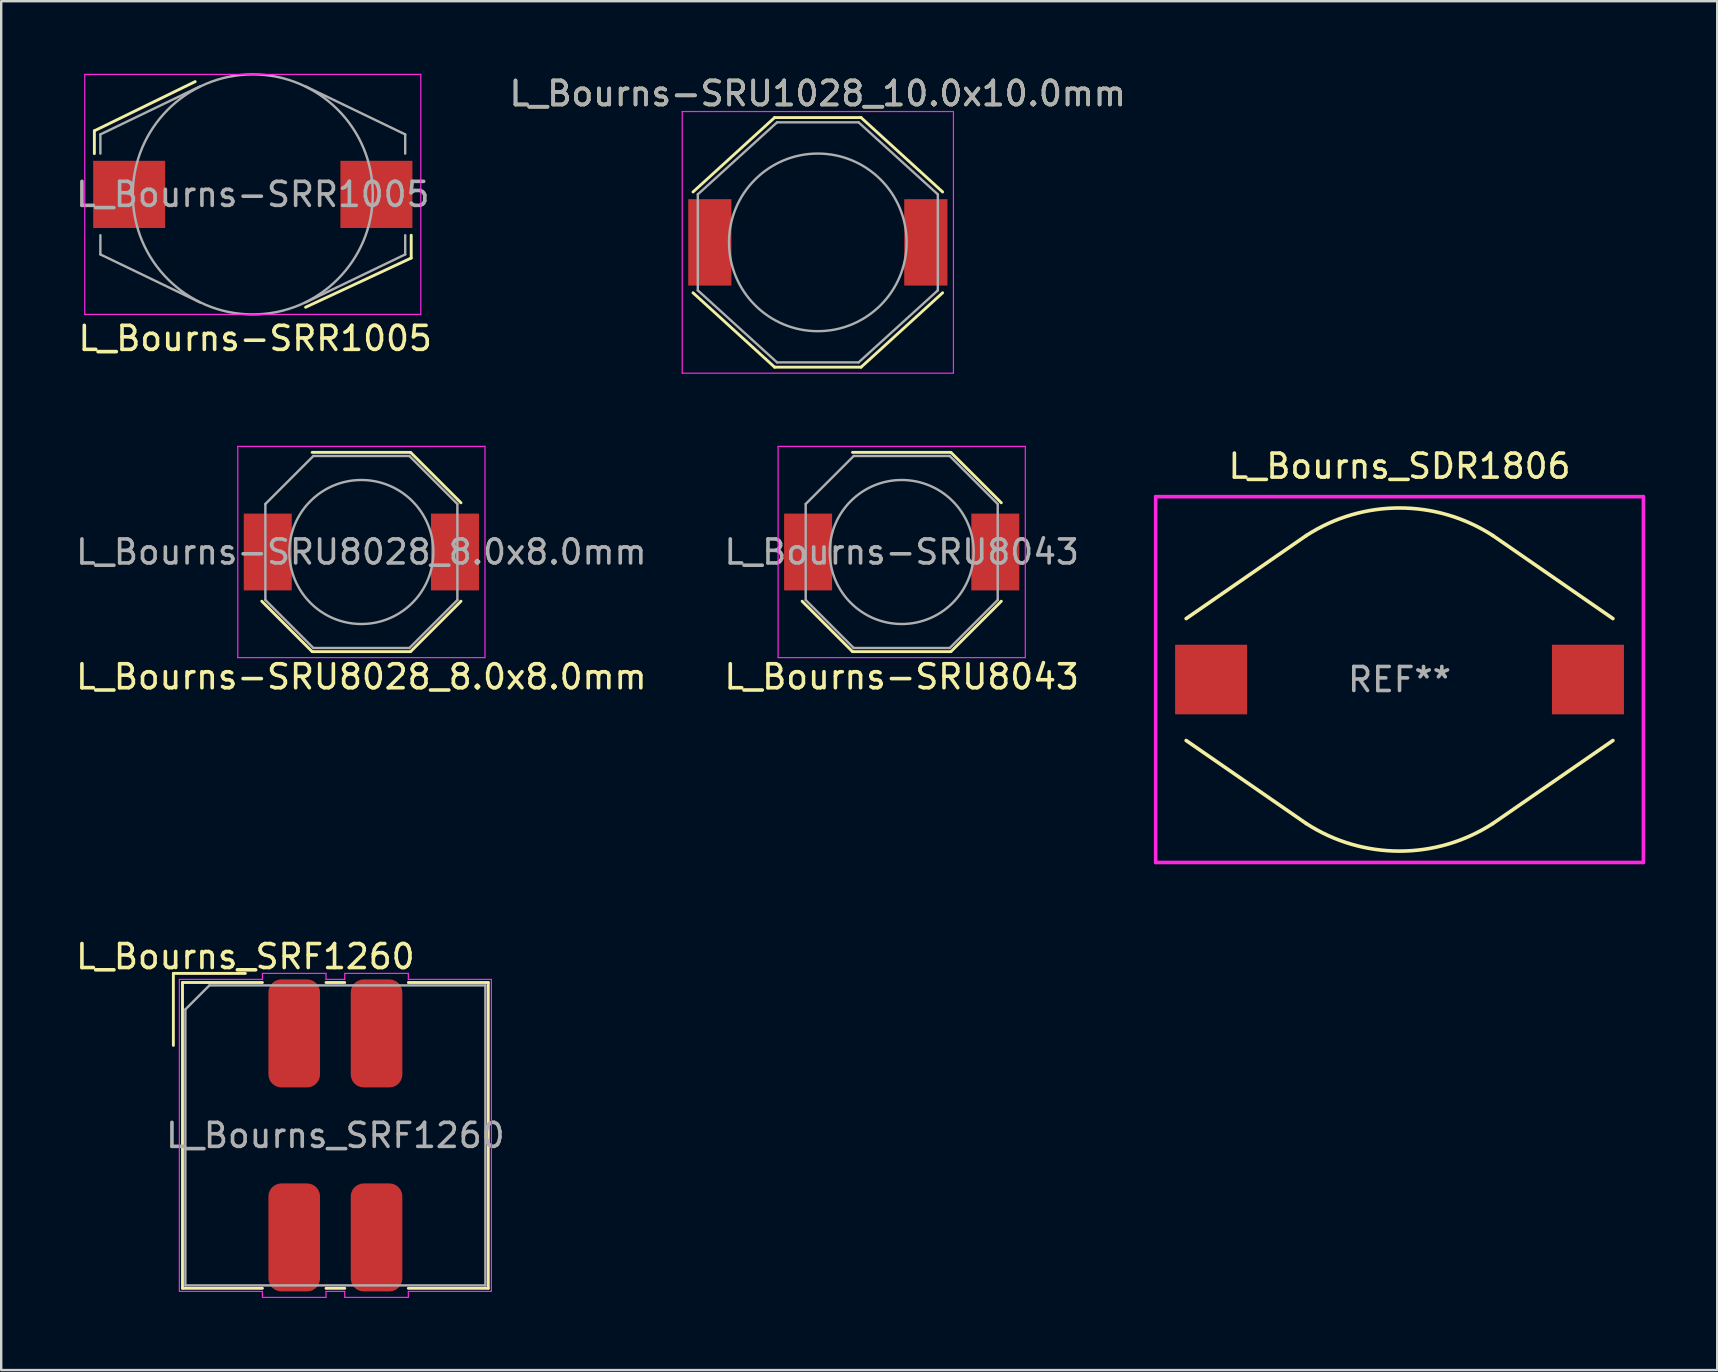
<source format=kicad_pcb>
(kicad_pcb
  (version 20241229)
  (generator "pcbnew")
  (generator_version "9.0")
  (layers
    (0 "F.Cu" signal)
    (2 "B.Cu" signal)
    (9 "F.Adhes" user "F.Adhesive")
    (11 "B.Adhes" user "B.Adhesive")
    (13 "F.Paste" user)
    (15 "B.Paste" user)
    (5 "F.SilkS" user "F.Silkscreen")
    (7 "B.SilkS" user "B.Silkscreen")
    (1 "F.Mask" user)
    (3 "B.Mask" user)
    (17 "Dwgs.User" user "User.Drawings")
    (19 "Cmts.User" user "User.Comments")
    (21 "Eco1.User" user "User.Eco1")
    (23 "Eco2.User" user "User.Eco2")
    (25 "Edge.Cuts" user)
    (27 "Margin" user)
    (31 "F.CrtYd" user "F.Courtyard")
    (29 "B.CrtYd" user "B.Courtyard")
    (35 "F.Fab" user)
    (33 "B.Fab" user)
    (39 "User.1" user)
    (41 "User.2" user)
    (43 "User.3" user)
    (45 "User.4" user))
  (footprint "L_Bourns-SRU8028_8.0x8.0mm"
    (layer "F.Cu")
    (at 12.006 19.948)
    (property "Reference" "L_Bourns-SRU8028_8.0x8.0mm" (at 0 5.2 0) (layer "F.SilkS") (effects (font (size 1 1) (thickness 0.15))))
    (attr smd)
    (fp_line (start -2.05 -4.15) (end 2.05 -4.15) (stroke (width 0.12) (type solid)) (layer "F.SilkS"))
    (fp_line (start -2.05 4.15) (end -4.15 2.05) (stroke (width 0.12) (type solid)) (layer "F.SilkS"))
    (fp_line (start 2.05 -4.15) (end 4.15 -2.05) (stroke (width 0.12) (type solid)) (layer "F.SilkS"))
    (fp_line (start 2.05 4.15) (end -2.05 4.15) (stroke (width 0.12) (type solid)) (layer "F.SilkS"))
    (fp_line (start 2.05 4.15) (end 4.15 2.05) (stroke (width 0.12) (type solid)) (layer "F.SilkS"))
    (fp_line (start -5.15 -4.4) (end 5.15 -4.4) (stroke (width 0.05) (type solid)) (layer "F.CrtYd"))
    (fp_line (start -5.15 4.4) (end -5.15 -4.4) (stroke (width 0.05) (type solid)) (layer "F.CrtYd"))
    (fp_line (start 5.15 -4.4) (end 5.15 4.4) (stroke (width 0.05) (type solid)) (layer "F.CrtYd"))
    (fp_line (start 5.15 4.4) (end -5.15 4.4) (stroke (width 0.05) (type solid)) (layer "F.CrtYd"))
    (fp_line (start -4 -2) (end -2 -4) (stroke (width 0.1) (type solid)) (layer "F.Fab"))
    (fp_line (start -4 2) (end -4 -2) (stroke (width 0.1) (type solid)) (layer "F.Fab"))
    (fp_line (start -2 -4) (end 2 -4) (stroke (width 0.1) (type solid)) (layer "F.Fab"))
    (fp_line (start -2 4) (end -4 2) (stroke (width 0.1) (type solid)) (layer "F.Fab"))
    (fp_line (start 2 -4) (end 4 -2) (stroke (width 0.1) (type solid)) (layer "F.Fab"))
    (fp_line (start 2 4) (end -2 4) (stroke (width 0.1) (type solid)) (layer "F.Fab"))
    (fp_line (start 4 -2) (end 4 2) (stroke (width 0.1) (type solid)) (layer "F.Fab"))
    (fp_line (start 4 2) (end 2 4) (stroke (width 0.1) (type solid)) (layer "F.Fab"))
    (fp_circle (center 0 0) (end 0 -3) (stroke (width 0.1) (type solid)) (fill no) (layer "F.Fab"))
    (fp_text user "${REFERENCE}" (at 0 0 0) (layer "F.Fab") (effects (font (size 1 1) (thickness 0.15))))
    (pad "1" smd rect (at -3.9 0) (size 2 3.2) (layers "F.Cu" "F.Mask" "F.Paste"))
    (pad "2" smd rect (at 3.9 0) (size 2 3.2) (layers "F.Cu" "F.Mask" "F.Paste")))
  (footprint "L_Bourns_SRF1260"
    (layer "F.Cu")
    (at 10.923 44.255)
    (property "Reference" "L_Bourns_SRF1260" (at -3.75 -7.45 0) (layer "F.SilkS") (effects (font (size 1 1) (thickness 0.15))))
    (attr smd)
    (fp_line (start -6.75 -6.75) (end -3.75 -6.75) (stroke (width 0.12) (type solid)) (layer "F.SilkS"))
    (fp_line (start -6.75 -3.75) (end -6.75 -6.75) (stroke (width 0.12) (type solid)) (layer "F.SilkS"))
    (fp_line (start -6.37 -6.37) (end -6.37 6.37) (stroke (width 0.12) (type solid)) (layer "F.SilkS"))
    (fp_line (start -6.37 -6.37) (end -3.04 -6.37) (stroke (width 0.12) (type solid)) (layer "F.SilkS"))
    (fp_line (start -6.37 6.37) (end -3.04 6.37) (stroke (width 0.12) (type solid)) (layer "F.SilkS"))
    (fp_line (start -0.39 -6.37) (end 0.39 -6.37) (stroke (width 0.12) (type solid)) (layer "F.SilkS"))
    (fp_line (start -0.39 6.37) (end 0.39 6.37) (stroke (width 0.12) (type solid)) (layer "F.SilkS"))
    (fp_line (start 3.04 -6.37) (end 6.37 -6.37) (stroke (width 0.12) (type solid)) (layer "F.SilkS"))
    (fp_line (start 3.04 6.37) (end 6.37 6.37) (stroke (width 0.12) (type solid)) (layer "F.SilkS"))
    (fp_line (start 6.37 -6.37) (end 6.37 6.37) (stroke (width 0.12) (type solid)) (layer "F.SilkS"))
    (fp_line (start -6.5 -6.5) (end -6.5 6.5) (stroke (width 0.05) (type solid)) (layer "F.CrtYd"))
    (fp_line (start -6.5 -6.5) (end -3.04 -6.5) (stroke (width 0.05) (type solid)) (layer "F.CrtYd"))
    (fp_line (start -6.5 6.5) (end -3.04 6.5) (stroke (width 0.05) (type solid)) (layer "F.CrtYd"))
    (fp_line (start -3.04 -6.75) (end -0.39 -6.75) (stroke (width 0.05) (type solid)) (layer "F.CrtYd"))
    (fp_line (start -3.04 -6.5) (end -3.04 -6.75) (stroke (width 0.05) (type solid)) (layer "F.CrtYd"))
    (fp_line (start -3.04 6.5) (end -3.04 6.75) (stroke (width 0.05) (type solid)) (layer "F.CrtYd"))
    (fp_line (start -3.04 6.75) (end -0.39 6.75) (stroke (width 0.05) (type solid)) (layer "F.CrtYd"))
    (fp_line (start -0.39 -6.75) (end -0.39 -6.5) (stroke (width 0.05) (type solid)) (layer "F.CrtYd"))
    (fp_line (start -0.39 -6.5) (end 0.39 -6.5) (stroke (width 0.05) (type solid)) (layer "F.CrtYd"))
    (fp_line (start -0.39 6.5) (end 0.39 6.5) (stroke (width 0.05) (type solid)) (layer "F.CrtYd"))
    (fp_line (start -0.39 6.75) (end -0.39 6.5) (stroke (width 0.05) (type solid)) (layer "F.CrtYd"))
    (fp_line (start 0.39 -6.75) (end 3.04 -6.75) (stroke (width 0.05) (type solid)) (layer "F.CrtYd"))
    (fp_line (start 0.39 -6.5) (end 0.39 -6.75) (stroke (width 0.05) (type solid)) (layer "F.CrtYd"))
    (fp_line (start 0.39 6.5) (end 0.39 6.75) (stroke (width 0.05) (type solid)) (layer "F.CrtYd"))
    (fp_line (start 0.39 6.75) (end 3.04 6.75) (stroke (width 0.05) (type solid)) (layer "F.CrtYd"))
    (fp_line (start 3.04 -6.75) (end 3.04 -6.5) (stroke (width 0.05) (type solid)) (layer "F.CrtYd"))
    (fp_line (start 3.04 -6.5) (end 6.5 -6.5) (stroke (width 0.05) (type solid)) (layer "F.CrtYd"))
    (fp_line (start 3.04 6.5) (end 6.5 6.5) (stroke (width 0.05) (type solid)) (layer "F.CrtYd"))
    (fp_line (start 3.04 6.75) (end 3.04 6.5) (stroke (width 0.05) (type solid)) (layer "F.CrtYd"))
    (fp_line (start 6.5 -6.5) (end 6.5 6.5) (stroke (width 0.05) (type solid)) (layer "F.CrtYd"))
    (fp_line (start -6.25 -5.25) (end -5.25 -6.25) (stroke (width 0.1) (type solid)) (layer "F.Fab"))
    (fp_line (start -6.25 6.25) (end -6.25 -5.25) (stroke (width 0.1) (type solid)) (layer "F.Fab"))
    (fp_line (start -5.25 -6.25) (end 6.25 -6.25) (stroke (width 0.1) (type solid)) (layer "F.Fab"))
    (fp_line (start 6.25 -6.25) (end 6.25 6.25) (stroke (width 0.1) (type solid)) (layer "F.Fab"))
    (fp_line (start 6.25 6.25) (end -6.25 6.25) (stroke (width 0.1) (type solid)) (layer "F.Fab"))
    (fp_text user "${REFERENCE}" (at 0 0 0) (layer "F.Fab") (effects (font (size 1 1) (thickness 0.15))))
    (pad "1" smd roundrect (at -1.715 -4.25) (size 2.15 4.5) (layers "F.Cu" "F.Mask" "F.Paste") (roundrect_rratio 0.25))
    (pad "2" smd roundrect (at 1.715 -4.25) (size 2.15 4.5) (layers "F.Cu" "F.Mask" "F.Paste") (roundrect_rratio 0.25))
    (pad "3" smd roundrect (at 1.715 4.25) (size 2.15 4.5) (layers "F.Cu" "F.Mask" "F.Paste") (roundrect_rratio 0.25))
    (pad "4" smd roundrect (at -1.715 4.25) (size 2.15 4.5) (layers "F.Cu" "F.Mask" "F.Paste") (roundrect_rratio 0.25)))
  (footprint "L_Bourns_SDR1806"
    (layer "F.Cu")
    (at 55.259 25.262)
    (property "Reference" "L_Bourns_SDR1806" (at 0 -8.89 0) (layer "F.SilkS") (effects (font (size 1 1) (thickness 0.15))))
    (attr through_hole)
    (fp_line (start -8.89 -2.54) (end -3.885 -6) (stroke (width 0.15) (type solid)) (layer "F.SilkS"))
    (fp_line (start -3.885 6) (end -8.89 2.54) (stroke (width 0.15) (type solid)) (layer "F.SilkS"))
    (fp_line (start 3.885 -6) (end 8.89 -2.54) (stroke (width 0.15) (type solid)) (layer "F.SilkS"))
    (fp_line (start 8.89 2.54) (end 3.885 6) (stroke (width 0.15) (type solid)) (layer "F.SilkS"))
    (fp_arc (start -3.88017 -6.003125) (mid 0.002876 -7.147952) (end 3.885 -6) (stroke (width 0.15) (type solid)) (layer "F.SilkS"))
    (fp_arc (start 3.88017 6.003125) (mid -0.002876 7.147952) (end -3.885 6) (stroke (width 0.15) (type solid)) (layer "F.SilkS"))
    (fp_line (start -10.16 -7.62) (end 10.16 -7.62) (stroke (width 0.15) (type solid)) (layer "F.CrtYd"))
    (fp_line (start -10.16 7.62) (end -10.16 -7.62) (stroke (width 0.15) (type solid)) (layer "F.CrtYd"))
    (fp_line (start 10.16 -7.62) (end 10.16 7.62) (stroke (width 0.15) (type solid)) (layer "F.CrtYd"))
    (fp_line (start 10.16 7.62) (end -10.16 7.62) (stroke (width 0.15) (type solid)) (layer "F.CrtYd"))
    (fp_text user "REF**" (at 0 0 0) (layer "F.Fab") (effects (font (size 1 1) (thickness 0.15))))
    (pad "1" smd rect (at -7.85 0) (size 3 2.9) (layers "F.Cu" "F.Mask" "F.Paste"))
    (pad "2" smd rect (at 7.85 0 180) (size 3 2.9) (layers "F.Cu" "F.Mask" "F.Paste")))
  (footprint "L_Bourns-SRU8043"
    (layer "F.Cu")
    (at 34.518 19.948)
    (property "Reference" "L_Bourns-SRU8043" (at 0 5.2 0) (layer "F.SilkS") (effects (font (size 1 1) (thickness 0.15))))
    (attr smd)
    (fp_line (start -2.05 -4.15) (end 2.05 -4.15) (stroke (width 0.12) (type solid)) (layer "F.SilkS"))
    (fp_line (start -2.05 4.15) (end -4.15 2.05) (stroke (width 0.12) (type solid)) (layer "F.SilkS"))
    (fp_line (start 2.05 -4.15) (end 4.15 -2.05) (stroke (width 0.12) (type solid)) (layer "F.SilkS"))
    (fp_line (start 2.05 4.15) (end -2.05 4.15) (stroke (width 0.12) (type solid)) (layer "F.SilkS"))
    (fp_line (start 2.05 4.15) (end 4.15 2.05) (stroke (width 0.12) (type solid)) (layer "F.SilkS"))
    (fp_line (start -5.15 -4.4) (end 5.15 -4.4) (stroke (width 0.05) (type solid)) (layer "F.CrtYd"))
    (fp_line (start -5.15 4.4) (end -5.15 -4.4) (stroke (width 0.05) (type solid)) (layer "F.CrtYd"))
    (fp_line (start 5.15 -4.4) (end 5.15 4.4) (stroke (width 0.05) (type solid)) (layer "F.CrtYd"))
    (fp_line (start 5.15 4.4) (end -5.15 4.4) (stroke (width 0.05) (type solid)) (layer "F.CrtYd"))
    (fp_line (start -4 -2) (end -2 -4) (stroke (width 0.1) (type solid)) (layer "F.Fab"))
    (fp_line (start -4 2) (end -4 -2) (stroke (width 0.1) (type solid)) (layer "F.Fab"))
    (fp_line (start -2 -4) (end 2 -4) (stroke (width 0.1) (type solid)) (layer "F.Fab"))
    (fp_line (start -2 4) (end -4 2) (stroke (width 0.1) (type solid)) (layer "F.Fab"))
    (fp_line (start 2 -4) (end 4 -2) (stroke (width 0.1) (type solid)) (layer "F.Fab"))
    (fp_line (start 2 4) (end -2 4) (stroke (width 0.1) (type solid)) (layer "F.Fab"))
    (fp_line (start 4 -2) (end 4 2) (stroke (width 0.1) (type solid)) (layer "F.Fab"))
    (fp_line (start 4 2) (end 2 4) (stroke (width 0.1) (type solid)) (layer "F.Fab"))
    (fp_circle (center 0 0) (end 0 -3) (stroke (width 0.1) (type solid)) (fill no) (layer "F.Fab"))
    (fp_text user "${REFERENCE}" (at 0 0 0) (layer "F.Fab") (effects (font (size 1 1) (thickness 0.15))))
    (pad "1" smd rect (at -3.9 0) (size 2 3.2) (layers "F.Cu" "F.Mask" "F.Paste"))
    (pad "2" smd rect (at 3.9 0) (size 2 3.2) (layers "F.Cu" "F.Mask" "F.Paste")))
  (footprint "L_Bourns-SRR1005"
    (layer "F.Cu")
    (at 7.482 5.05)
    (property "Reference" "L_Bourns-SRR1005" (at 0.1 6 0) (layer "F.SilkS") (effects (font (size 1 1) (thickness 0.15))))
    (attr smd)
    (fp_line (start -6.6 -2.65) (end -6.6 -1.7) (stroke (width 0.12) (type solid)) (layer "F.SilkS"))
    (fp_line (start -6.6 -2.65) (end -2.4 -4.7) (stroke (width 0.12) (type solid)) (layer "F.SilkS"))
    (fp_line (start 6.6 2.65) (end 2.2 4.7) (stroke (width 0.12) (type solid)) (layer "F.SilkS"))
    (fp_line (start 6.6 2.65) (end 6.6 1.7) (stroke (width 0.12) (type solid)) (layer "F.SilkS"))
    (fp_line (start -7 -5) (end -7 5) (stroke (width 0.05) (type solid)) (layer "F.CrtYd"))
    (fp_line (start -7 -5) (end 7 -5) (stroke (width 0.05) (type solid)) (layer "F.CrtYd"))
    (fp_line (start -7 5) (end 7 5) (stroke (width 0.05) (type solid)) (layer "F.CrtYd"))
    (fp_line (start 7 -5) (end 7 5) (stroke (width 0.05) (type solid)) (layer "F.CrtYd"))
    (fp_line (start -6.35 -2.5) (end -2.2 -4.5) (stroke (width 0.1) (type solid)) (layer "F.Fab"))
    (fp_line (start -6.35 -1.7) (end -6.35 -2.5) (stroke (width 0.1) (type solid)) (layer "F.Fab"))
    (fp_line (start -6.35 2.5) (end -6.35 1.7) (stroke (width 0.1) (type solid)) (layer "F.Fab"))
    (fp_line (start -6.35 2.5) (end -2.2 4.5) (stroke (width 0.1) (type solid)) (layer "F.Fab"))
    (fp_line (start 6.35 -2.5) (end 2.2 -4.5) (stroke (width 0.1) (type solid)) (layer "F.Fab"))
    (fp_line (start 6.35 -1.7) (end 6.35 -2.5) (stroke (width 0.1) (type solid)) (layer "F.Fab"))
    (fp_line (start 6.35 2.5) (end 2.2 4.5) (stroke (width 0.1) (type solid)) (layer "F.Fab"))
    (fp_line (start 6.35 2.5) (end 6.35 1.7) (stroke (width 0.1) (type solid)) (layer "F.Fab"))
    (fp_circle (center 0 0) (end 0 -5) (stroke (width 0.1) (type solid)) (fill no) (layer "F.Fab"))
    (fp_text user "${REFERENCE}" (at 0 0 0) (layer "F.Fab") (effects (font (size 1 1) (thickness 0.15))))
    (pad "1" smd rect (at -5.15 0) (size 3 2.8) (layers "F.Cu" "F.Mask" "F.Paste"))
    (pad "2" smd rect (at 5.15 0) (size 3 2.8) (layers "F.Cu" "F.Mask" "F.Paste")))
  (footprint "L_Bourns-SRU1028_10.0x10.0mm"
    (layer "F.Cu")
    (at 31.023 7.048)
    (property "Reference" "L_Bourns-SRU1028_10.0x10.0mm" (at 0 -6.2 0) (layer "F.SilkS") (effects (font (size 1 1) (thickness 0.15))))
    (attr smd)
    (fp_line (start -1.8 -5.2) (end -5.2 -2.1) (stroke (width 0.12) (type solid)) (layer "F.SilkS"))
    (fp_line (start -1.8 -5.2) (end 1.8 -5.2) (stroke (width 0.12) (type solid)) (layer "F.SilkS"))
    (fp_line (start -1.8 5.2) (end -5.2 2.1) (stroke (width 0.12) (type solid)) (layer "F.SilkS"))
    (fp_line (start 1.8 -5.2) (end 5.2 -2.1) (stroke (width 0.12) (type solid)) (layer "F.SilkS"))
    (fp_line (start 1.8 5.2) (end -1.8 5.2) (stroke (width 0.12) (type solid)) (layer "F.SilkS"))
    (fp_line (start 1.8 5.2) (end 5.2 2.1) (stroke (width 0.12) (type solid)) (layer "F.SilkS"))
    (fp_line (start -5.65 -5.45) (end 5.65 -5.45) (stroke (width 0.05) (type solid)) (layer "F.CrtYd"))
    (fp_line (start -5.65 5.45) (end -5.65 -5.45) (stroke (width 0.05) (type solid)) (layer "F.CrtYd"))
    (fp_line (start 5.65 -5.45) (end 5.65 5.45) (stroke (width 0.05) (type solid)) (layer "F.CrtYd"))
    (fp_line (start 5.65 5.45) (end -5.65 5.45) (stroke (width 0.05) (type solid)) (layer "F.CrtYd"))
    (fp_line (start -5 -2) (end -1.7 -5) (stroke (width 0.1) (type solid)) (layer "F.Fab"))
    (fp_line (start -5 2) (end -5 -2) (stroke (width 0.1) (type solid)) (layer "F.Fab"))
    (fp_line (start -1.7 -5) (end 1.7 -5) (stroke (width 0.1) (type solid)) (layer "F.Fab"))
    (fp_line (start -1.7 5) (end -5 2) (stroke (width 0.1) (type solid)) (layer "F.Fab"))
    (fp_line (start 1.7 -5) (end 5 -2) (stroke (width 0.1) (type solid)) (layer "F.Fab"))
    (fp_line (start 1.7 5) (end -1.7 5) (stroke (width 0.1) (type solid)) (layer "F.Fab"))
    (fp_line (start 5 -2) (end 5 2) (stroke (width 0.1) (type solid)) (layer "F.Fab"))
    (fp_line (start 5 2) (end 1.7 5) (stroke (width 0.1) (type solid)) (layer "F.Fab"))
    (fp_circle (center 0 0) (end 3.7 0) (stroke (width 0.1) (type solid)) (fill no) (layer "F.Fab"))
    (fp_text user "${REFERENCE}" (at 0 -6.2 0) (layer "F.Fab") (effects (font (size 1 1) (thickness 0.15))))
    (pad "1" smd rect (at -3.6 0) (size 1.8 3.6) (drill (offset -0.9 0)) (layers "F.Cu" "F.Mask" "F.Paste"))
    (pad "2" smd rect (at 3.6 0) (size 1.8 3.6) (drill (offset 0.9 0)) (layers "F.Cu" "F.Mask" "F.Paste")))
  (gr_rect
    (start -3 -3)
    (end 68.494 54.03)
    (stroke (width 0.1) (type default))
    (fill no)
    (layer "Edge.Cuts")))
</source>
